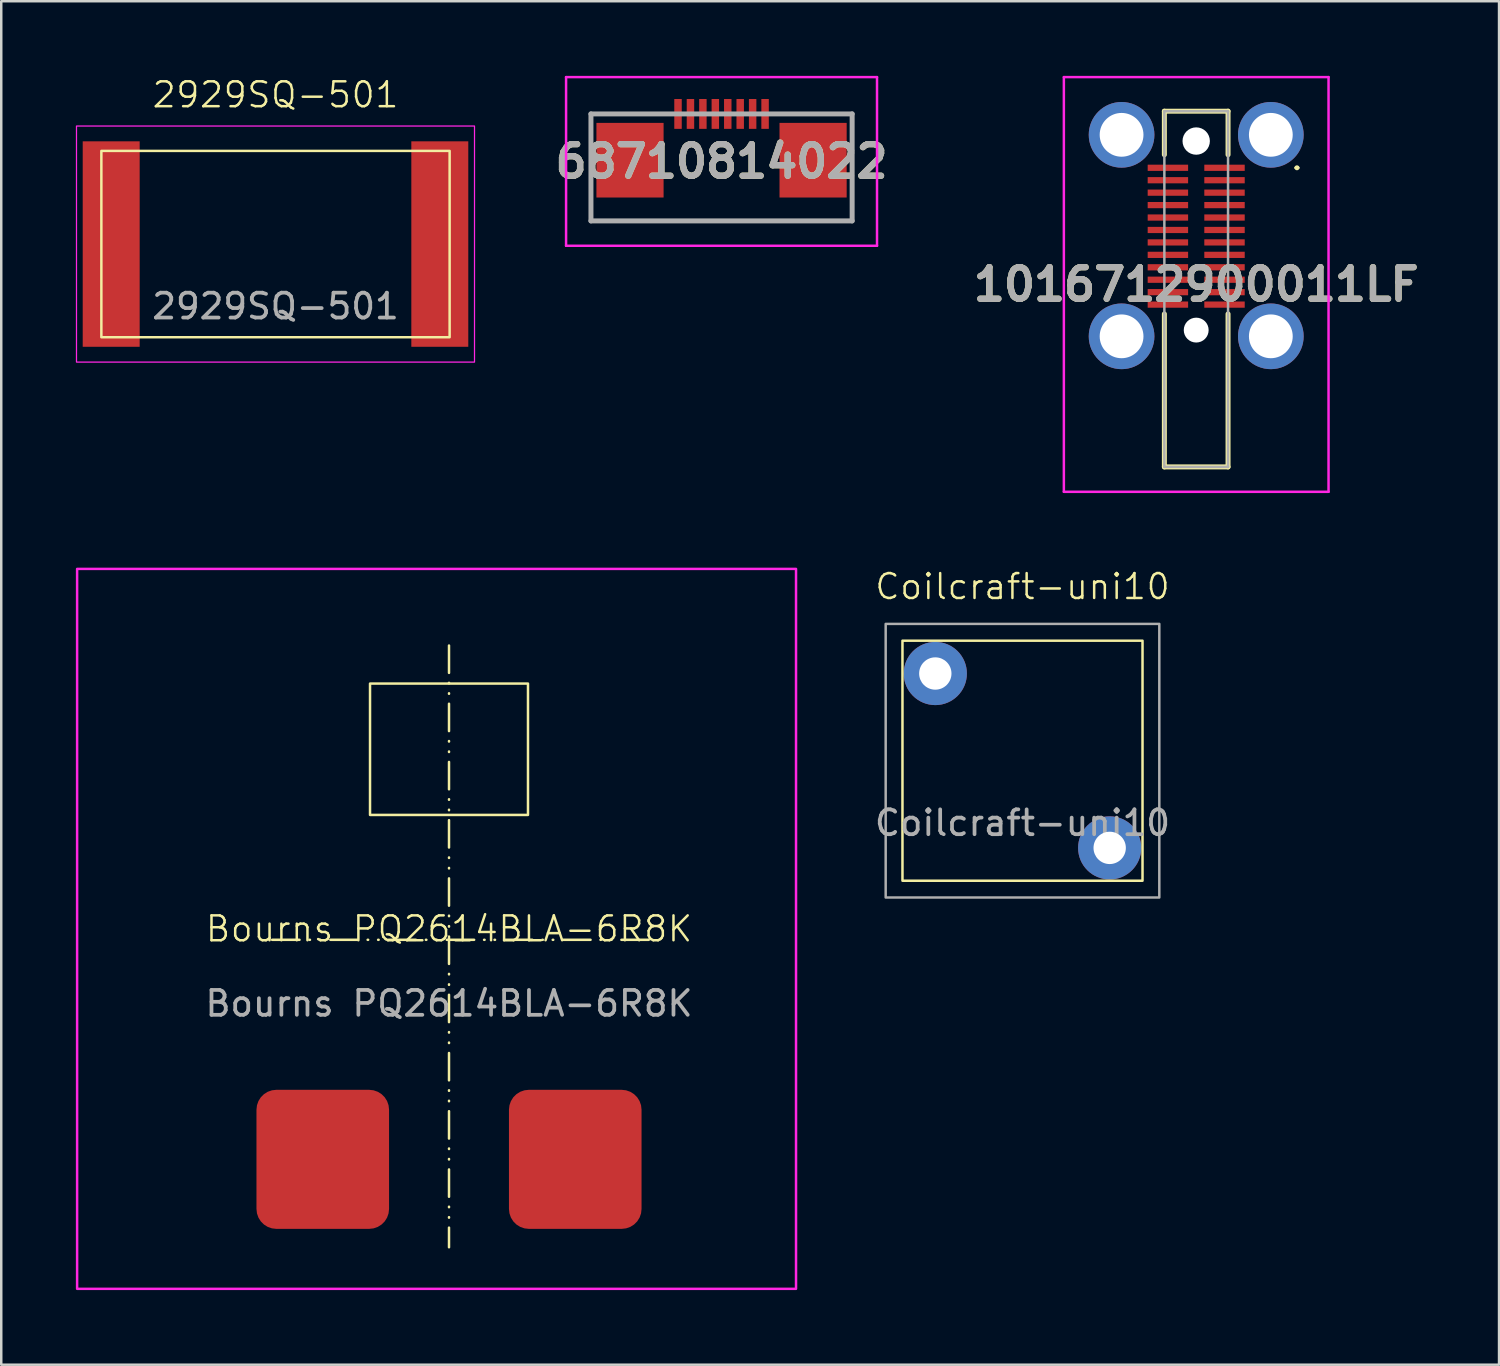
<source format=kicad_pcb>
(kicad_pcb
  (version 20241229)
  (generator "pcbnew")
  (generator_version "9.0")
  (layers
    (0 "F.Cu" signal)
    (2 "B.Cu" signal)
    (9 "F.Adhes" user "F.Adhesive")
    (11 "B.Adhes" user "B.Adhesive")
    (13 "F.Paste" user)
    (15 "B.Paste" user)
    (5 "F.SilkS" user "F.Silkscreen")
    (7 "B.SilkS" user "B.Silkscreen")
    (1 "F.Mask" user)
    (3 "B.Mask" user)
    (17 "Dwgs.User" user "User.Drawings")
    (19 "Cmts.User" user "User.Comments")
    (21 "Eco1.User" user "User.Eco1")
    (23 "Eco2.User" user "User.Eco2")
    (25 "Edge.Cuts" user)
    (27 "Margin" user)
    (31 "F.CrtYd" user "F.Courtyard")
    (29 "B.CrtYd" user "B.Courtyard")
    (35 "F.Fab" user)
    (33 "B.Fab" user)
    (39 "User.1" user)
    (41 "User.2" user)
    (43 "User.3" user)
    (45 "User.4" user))
  (footprint "1016712900011LF"
    (layer "F.Cu")
    (at 45.037 8.57)
    (property "Reference" "1016712900011LF" (at 0 -0.185 0) (layer "F.SilkS") (effects (font (size 1.27 1.27) (thickness 0.254))))
    (attr through_hole)
    (fp_line (start -1.28 -7.15) (end 1.28 -7.15) (stroke (width 0.2) (type solid)) (layer "F.SilkS"))
    (fp_line (start -1.28 -5.4) (end -1.28 -7.15) (stroke (width 0.2) (type solid)) (layer "F.SilkS"))
    (fp_line (start -1.28 1) (end -1.28 7.15) (stroke (width 0.2) (type solid)) (layer "F.SilkS"))
    (fp_line (start -1.28 7.15) (end 1.28 7.15) (stroke (width 0.2) (type solid)) (layer "F.SilkS"))
    (fp_line (start 1.28 -7.15) (end 1.28 -5.4) (stroke (width 0.2) (type solid)) (layer "F.SilkS"))
    (fp_line (start 1.28 7.15) (end 1.28 1) (stroke (width 0.2) (type solid)) (layer "F.SilkS"))
    (fp_line (start 4 -4.875) (end 4 -4.875) (stroke (width 0.1) (type solid)) (layer "F.SilkS"))
    (fp_line (start 4.1 -4.875) (end 4.1 -4.875) (stroke (width 0.1) (type solid)) (layer "F.SilkS"))
    (fp_arc (start 4 -4.875) (mid 4.05 -4.925) (end 4.1 -4.875) (stroke (width 0.1) (type solid)) (layer "F.SilkS"))
    (fp_arc (start 4.1 -4.875) (mid 4.05 -4.825) (end 4 -4.875) (stroke (width 0.1) (type solid)) (layer "F.SilkS"))
    (fp_line (start -5.32 -8.52) (end 5.32 -8.52) (stroke (width 0.1) (type solid)) (layer "F.CrtYd"))
    (fp_line (start -5.32 8.15) (end -5.32 -8.52) (stroke (width 0.1) (type solid)) (layer "F.CrtYd"))
    (fp_line (start 5.32 -8.52) (end 5.32 8.15) (stroke (width 0.1) (type solid)) (layer "F.CrtYd"))
    (fp_line (start 5.32 8.15) (end -5.32 8.15) (stroke (width 0.1) (type solid)) (layer "F.CrtYd"))
    (fp_line (start -1.28 -7.15) (end -1.28 7.15) (stroke (width 0.1) (type solid)) (layer "F.Fab"))
    (fp_line (start -1.28 7.15) (end 1.28 7.15) (stroke (width 0.1) (type solid)) (layer "F.Fab"))
    (fp_line (start 1.28 -7.15) (end -1.28 -7.15) (stroke (width 0.1) (type solid)) (layer "F.Fab"))
    (fp_line (start 1.28 7.15) (end 1.28 -7.15) (stroke (width 0.1) (type solid)) (layer "F.Fab"))
    (fp_text user "${REFERENCE}" (at 0 -0.185 0) (layer "F.Fab") (effects (font (size 1.27 1.27) (thickness 0.254))))
    (pad "" np_thru_hole circle (at 0 -5.95) (size 1.1 1.1) (drill 1.1) (layers "*.Cu" "*.Mask"))
    (pad "" np_thru_hole circle (at 0 1.65) (size 1 1) (drill 1) (layers "*.Cu" "*.Mask"))
    (pad "1" thru_hole circle (at 3 -6.2) (size 2.64 2.64) (drill 1.76) (layers "*.Cu" "*.Mask"))
    (pad "2" thru_hole circle (at 3 1.9) (size 2.64 2.64) (drill 1.76) (layers "*.Cu" "*.Mask"))
    (pad "3" thru_hole circle (at -3 1.9) (size 2.64 2.64) (drill 1.76) (layers "*.Cu" "*.Mask"))
    (pad "4" thru_hole circle (at -3 -6.2) (size 2.64 2.64) (drill 1.76) (layers "*.Cu" "*.Mask"))
    (pad "A1" smd rect (at 1.138 -4.875 90) (size 0.25 1.625) (layers "F.Cu" "F.Mask" "F.Paste"))
    (pad "A2" smd rect (at 1.138 -4.375 90) (size 0.25 1.625) (layers "F.Cu" "F.Mask" "F.Paste"))
    (pad "A3" smd rect (at 1.138 -3.875 90) (size 0.25 1.625) (layers "F.Cu" "F.Mask" "F.Paste"))
    (pad "A4" smd rect (at 1.138 -3.375 90) (size 0.25 1.625) (layers "F.Cu" "F.Mask" "F.Paste"))
    (pad "A5" smd rect (at 1.138 -2.875 90) (size 0.25 1.625) (layers "F.Cu" "F.Mask" "F.Paste"))
    (pad "A6" smd rect (at 1.138 -2.375 90) (size 0.25 1.625) (layers "F.Cu" "F.Mask" "F.Paste"))
    (pad "A7" smd rect (at 1.138 -1.875 90) (size 0.25 1.625) (layers "F.Cu" "F.Mask" "F.Paste"))
    (pad "A8" smd rect (at 1.138 -1.375 90) (size 0.25 1.625) (layers "F.Cu" "F.Mask" "F.Paste"))
    (pad "A9" smd rect (at 1.138 -0.875 90) (size 0.25 1.625) (layers "F.Cu" "F.Mask" "F.Paste"))
    (pad "A10" smd rect (at 1.138 -0.375 90) (size 0.25 1.625) (layers "F.Cu" "F.Mask" "F.Paste"))
    (pad "A11" smd rect (at 1.138 0.125 90) (size 0.25 1.625) (layers "F.Cu" "F.Mask" "F.Paste"))
    (pad "A12" smd rect (at 1.138 0.625 90) (size 0.25 1.625) (layers "F.Cu" "F.Mask" "F.Paste"))
    (pad "B1" smd rect (at -1.138 0.625 90) (size 0.25 1.625) (layers "F.Cu" "F.Mask" "F.Paste"))
    (pad "B2" smd rect (at -1.138 0.125 90) (size 0.25 1.625) (layers "F.Cu" "F.Mask" "F.Paste"))
    (pad "B3" smd rect (at -1.138 -0.375 90) (size 0.25 1.625) (layers "F.Cu" "F.Mask" "F.Paste"))
    (pad "B4" smd rect (at -1.138 -0.875 90) (size 0.25 1.625) (layers "F.Cu" "F.Mask" "F.Paste"))
    (pad "B5" smd rect (at -1.138 -1.375 90) (size 0.25 1.625) (layers "F.Cu" "F.Mask" "F.Paste"))
    (pad "B6" smd rect (at -1.138 -1.875 90) (size 0.25 1.625) (layers "F.Cu" "F.Mask" "F.Paste"))
    (pad "B7" smd rect (at -1.138 -2.375 90) (size 0.25 1.625) (layers "F.Cu" "F.Mask" "F.Paste"))
    (pad "B8" smd rect (at -1.138 -2.875 90) (size 0.25 1.625) (layers "F.Cu" "F.Mask" "F.Paste"))
    (pad "B9" smd rect (at -1.138 -3.375 90) (size 0.25 1.625) (layers "F.Cu" "F.Mask" "F.Paste"))
    (pad "B10" smd rect (at -1.138 -3.875 90) (size 0.25 1.625) (layers "F.Cu" "F.Mask" "F.Paste"))
    (pad "B11" smd rect (at -1.138 -4.375 90) (size 0.25 1.625) (layers "F.Cu" "F.Mask" "F.Paste"))
    (pad "B12" smd rect (at -1.138 -4.875 90) (size 0.25 1.625) (layers "F.Cu" "F.Mask" "F.Paste")))
  (footprint "68710814022"
    (layer "F.Cu")
    (at 25.956 1.89)
    (property "Reference" "68710814022" (at 0 1.55 0) (layer "F.SilkS") (effects (font (size 1.27 1.27) (thickness 0.254))))
    (attr smd)
    (fp_line (start -5.25 3.94) (end 5.25 3.94) (stroke (width 0.1) (type solid)) (layer "F.SilkS"))
    (fp_line (start -6.25 -1.84) (end 6.25 -1.84) (stroke (width 0.1) (type solid)) (layer "F.CrtYd"))
    (fp_line (start -6.25 4.94) (end -6.25 -1.84) (stroke (width 0.1) (type solid)) (layer "F.CrtYd"))
    (fp_line (start 6.25 -1.84) (end 6.25 4.94) (stroke (width 0.1) (type solid)) (layer "F.CrtYd"))
    (fp_line (start 6.25 4.94) (end -6.25 4.94) (stroke (width 0.1) (type solid)) (layer "F.CrtYd"))
    (fp_line (start -5.25 -0.36) (end 5.25 -0.36) (stroke (width 0.2) (type solid)) (layer "F.Fab"))
    (fp_line (start -5.25 3.94) (end -5.25 -0.36) (stroke (width 0.2) (type solid)) (layer "F.Fab"))
    (fp_line (start 5.25 -0.36) (end 5.25 3.94) (stroke (width 0.2) (type solid)) (layer "F.Fab"))
    (fp_line (start 5.25 3.94) (end -5.25 3.94) (stroke (width 0.2) (type solid)) (layer "F.Fab"))
    (fp_text user "${REFERENCE}" (at 0 1.55 0) (layer "F.Fab") (effects (font (size 1.27 1.27) (thickness 0.254))))
    (pad "1" smd rect (at -1.75 -0.36) (size 0.3 1.2) (layers "F.Cu" "F.Mask" "F.Paste"))
    (pad "2" smd rect (at -1.25 -0.36) (size 0.3 1.2) (layers "F.Cu" "F.Mask" "F.Paste"))
    (pad "3" smd rect (at -0.75 -0.36) (size 0.3 1.2) (layers "F.Cu" "F.Mask" "F.Paste"))
    (pad "4" smd rect (at -0.25 -0.36) (size 0.3 1.2) (layers "F.Cu" "F.Mask" "F.Paste"))
    (pad "5" smd rect (at 0.25 -0.36) (size 0.3 1.2) (layers "F.Cu" "F.Mask" "F.Paste"))
    (pad "6" smd rect (at 0.75 -0.36) (size 0.3 1.2) (layers "F.Cu" "F.Mask" "F.Paste"))
    (pad "7" smd rect (at 1.25 -0.36) (size 0.3 1.2) (layers "F.Cu" "F.Mask" "F.Paste"))
    (pad "8" smd rect (at 1.75 -0.36) (size 0.3 1.2) (layers "F.Cu" "F.Mask" "F.Paste"))
    (pad "MP1" smd rect (at 3.68 1.5) (size 2.7 3) (layers "F.Cu" "F.Mask" "F.Paste"))
    (pad "MP2" smd rect (at -3.68 1.5) (size 2.7 3) (layers "F.Cu" "F.Mask" "F.Paste")))
  (footprint "Bourns PQ2614BLA-6R8K"
    (layer "F.Cu")
    (at 15 34.79)
    (property "Reference" "Bourns PQ2614BLA-6R8K" (at 0 -0.5 0) (unlocked yes) (layer "F.SilkS") (effects (font (size 1 1) (thickness 0.1))))
    (attr smd)
    (fp_line (start 0 -11.89) (end 0 12.3) (stroke (width 0.1) (type dash_dot_dot)) (layer "F.SilkS"))
    (fp_line (start 8.03 -0.06) (end -7.48 -0.06) (stroke (width 0.1) (type dash_dot_dot)) (layer "F.SilkS"))
    (fp_rect (start -3.175 -10.36) (end 3.175 -5.08) (stroke (width 0.1) (type solid)) (fill no) (layer "F.SilkS"))
    (fp_rect (start -14.95 -14.97) (end 13.95 13.97) (stroke (width 0.1) (type solid)) (fill no) (layer "F.CrtYd"))
    (fp_text user "${REFERENCE}" (at 0 2.5 0) (unlocked yes) (layer "F.Fab") (effects (font (size 1 1) (thickness 0.15))))
    (pad "1" smd roundrect (at -5.075 8.765) (size 5.33 5.59) (layers "F.Cu" "F.Mask" "F.Paste") (roundrect_rratio 0.15))
    (pad "2" smd roundrect (at 5.075 8.765) (size 5.33 5.59) (layers "F.Cu" "F.Mask" "F.Paste") (roundrect_rratio 0.15)))
  (footprint "2929SQ-501"
    (layer "F.Cu")
    (at 8.025 6.761)
    (property "Reference" "2929SQ-501" (at 0 -6 0) (unlocked yes) (layer "F.SilkS") (effects (font (size 1 1) (thickness 0.1))))
    (attr smd)
    (fp_rect (start -7 -3.745) (end 7 3.745) (stroke (width 0.1) (type solid)) (fill no) (layer "F.SilkS"))
    (fp_rect (start -8 -4.745) (end 8 4.745) (stroke (width 0.05) (type solid)) (fill no) (layer "F.CrtYd"))
    (fp_text user "${REFERENCE}" (at 0 2.5 0) (unlocked yes) (layer "F.Fab") (effects (font (size 1 1) (thickness 0.15))))
    (pad "1" smd rect (at -6.605 0) (size 2.29 8.26) (layers "F.Cu" "F.Mask" "F.Paste"))
    (pad "2" smd rect (at 6.605 0) (size 2.29 8.26) (layers "F.Cu" "F.Mask" "F.Paste")))
  (footprint "Coilcraft-uni10"
    (layer "F.Cu")
    (at 38.054 27.53)
    (property "Reference" "Coilcraft-uni10" (at 0 -7 0) (unlocked yes) (layer "F.SilkS") (effects (font (size 1 1) (thickness 0.1))))
    (attr through_hole)
    (fp_rect (start -4.825 -4.825) (end 4.825 4.825) (stroke (width 0.1) (type solid)) (fill no) (layer "F.SilkS"))
    (fp_rect (start -5.5 -5.5) (end 5.5 5.5) (stroke (width 0.1) (type solid)) (fill no) (layer "F.Fab"))
    (fp_text user "${REFERENCE}" (at 0 2.5 0) (unlocked yes) (layer "F.Fab") (effects (font (size 1 1) (thickness 0.15))))
    (pad "1" thru_hole circle (at -3.505 -3.505) (size 2.54 2.54) (drill 1.3) (layers "*.Cu" "*.Mask"))
    (pad "2" thru_hole circle (at 3.505 3.505) (size 2.54 2.54) (drill 1.3) (layers "*.Cu" "*.Mask")))
  (gr_rect
    (start -3 -3)
    (end 57.211 51.81)
    (stroke (width 0.1) (type default))
    (fill no)
    (layer "Edge.Cuts")))
</source>
